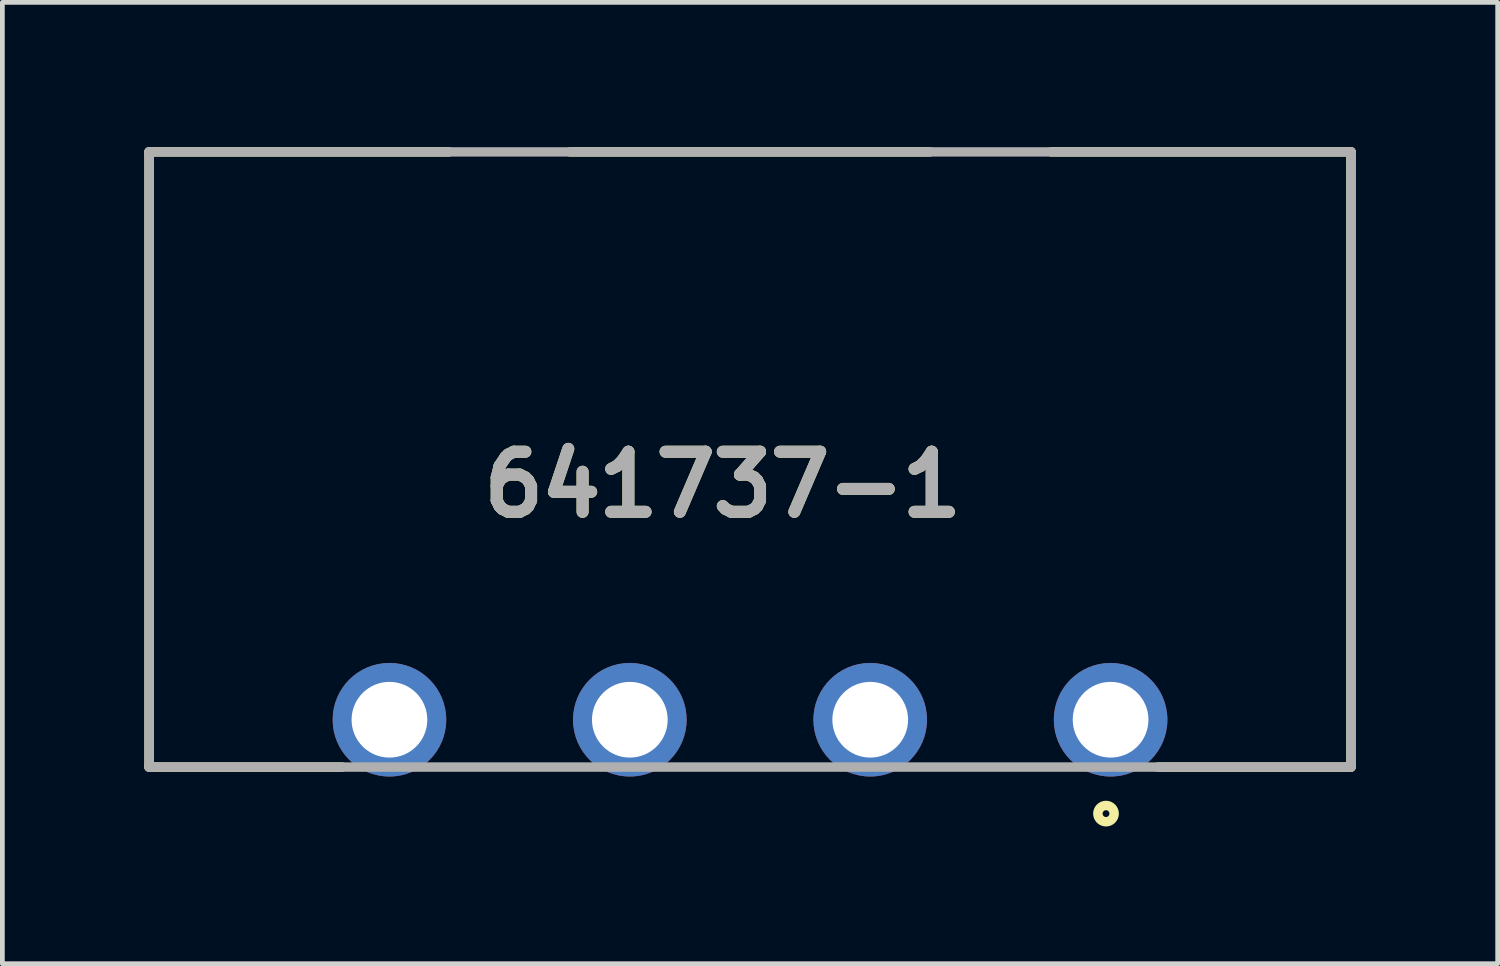
<source format=kicad_pcb>
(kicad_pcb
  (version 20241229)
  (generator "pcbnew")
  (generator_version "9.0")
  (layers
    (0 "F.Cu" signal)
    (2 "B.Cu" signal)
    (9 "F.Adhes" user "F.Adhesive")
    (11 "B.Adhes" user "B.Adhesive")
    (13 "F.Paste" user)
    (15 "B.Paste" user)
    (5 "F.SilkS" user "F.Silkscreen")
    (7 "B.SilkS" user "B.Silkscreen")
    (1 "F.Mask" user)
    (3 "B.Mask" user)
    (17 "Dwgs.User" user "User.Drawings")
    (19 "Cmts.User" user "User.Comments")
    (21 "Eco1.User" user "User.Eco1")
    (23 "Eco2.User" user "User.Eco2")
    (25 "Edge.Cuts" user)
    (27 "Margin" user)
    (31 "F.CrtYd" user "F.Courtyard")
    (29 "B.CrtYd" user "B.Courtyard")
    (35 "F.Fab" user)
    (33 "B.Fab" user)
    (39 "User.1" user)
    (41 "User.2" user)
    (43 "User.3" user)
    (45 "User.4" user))
  (footprint "641737-1"
    (layer "F.Cu")
    (at 12.8 12.16)
    (property "Reference" "641737-1" (at -0.575 -4.968 0) (layer "F.SilkS") (effects (font (size 1.27 1.27) (thickness 0.254))))
    (attr through_hole)
    (fp_line (start -12.7 -12) (end -12.7 1) (stroke (width 0.2) (type solid)) (layer "F.SilkS"))
    (fp_line (start -12.7 -12) (end -6.364 -12) (stroke (width 0.2) (type solid)) (layer "F.SilkS"))
    (fp_line (start -12.7 1) (end -8.623 1) (stroke (width 0.2) (type solid)) (layer "F.SilkS"))
    (fp_line (start -3.8 -12) (end 3.8 -12) (stroke (width 0.2) (type solid)) (layer "F.SilkS"))
    (fp_line (start 12.7 -12) (end 6.364 -12) (stroke (width 0.2) (type solid)) (layer "F.SilkS"))
    (fp_line (start 12.7 -12) (end 12.7 1) (stroke (width 0.2) (type solid)) (layer "F.SilkS"))
    (fp_line (start 12.7 1) (end 8.623 1) (stroke (width 0.2) (type solid)) (layer "F.SilkS"))
    (fp_circle (center 7.523 1.984) (end 7.523 2.056) (stroke (width 0.2) (type solid)) (fill no) (layer "F.SilkS"))
    (fp_line (start -12.7 -12) (end 12.7 -12) (stroke (width 0.2) (type solid)) (layer "F.Fab"))
    (fp_line (start -12.7 1) (end -12.7 -12) (stroke (width 0.2) (type solid)) (layer "F.Fab"))
    (fp_line (start 12.7 -12) (end 12.7 1) (stroke (width 0.2) (type solid)) (layer "F.Fab"))
    (fp_line (start 12.7 1) (end -12.7 1) (stroke (width 0.2) (type solid)) (layer "F.Fab"))
    (fp_text user "${REFERENCE}" (at -0.575 -4.968 0) (layer "F.Fab") (effects (font (size 1.27 1.27) (thickness 0.254))))
    (pad "" np_thru_hole circle (at -10.16 -2.54) (size 0.001 0.001) (drill 2.54) (layers "*.Cu" "*.Mask"))
    (pad "" np_thru_hole circle (at -5.08 -10.16) (size 0.001 0.001) (drill 4) (layers "*.Cu" "*.Mask"))
    (pad "" np_thru_hole circle (at 5.08 -10.16) (size 0.001 0.001) (drill 4) (layers "*.Cu" "*.Mask"))
    (pad "" np_thru_hole circle (at 10.16 -2.54) (size 0.001 0.001) (drill 2.54) (layers "*.Cu" "*.Mask"))
    (pad "1" thru_hole circle (at 7.62 0) (size 2.4 2.4) (drill 1.6) (layers "*.Cu" "*.Mask"))
    (pad "2" thru_hole circle (at 2.54 0) (size 2.4 2.4) (drill 1.6) (layers "*.Cu" "*.Mask"))
    (pad "3" thru_hole circle (at -2.54 0) (size 2.4 2.4) (drill 1.6) (layers "*.Cu" "*.Mask"))
    (pad "4" thru_hole circle (at -7.62 0) (size 2.4 2.4) (drill 1.6) (layers "*.Cu" "*.Mask")))
  (gr_rect
    (start -3 -3)
    (end 28.6 17.316)
    (stroke (width 0.1) (type default))
    (fill no)
    (layer "Edge.Cuts")))
</source>
